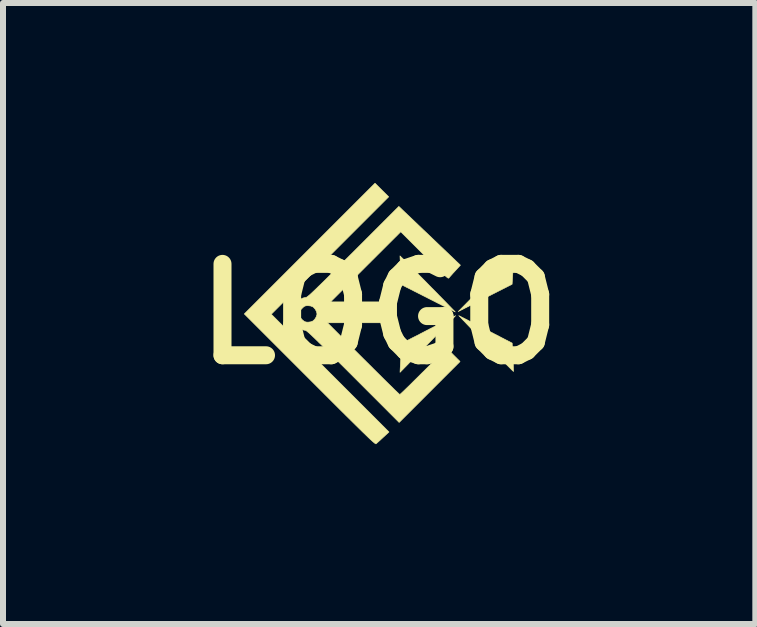
<source format=kicad_pcb>
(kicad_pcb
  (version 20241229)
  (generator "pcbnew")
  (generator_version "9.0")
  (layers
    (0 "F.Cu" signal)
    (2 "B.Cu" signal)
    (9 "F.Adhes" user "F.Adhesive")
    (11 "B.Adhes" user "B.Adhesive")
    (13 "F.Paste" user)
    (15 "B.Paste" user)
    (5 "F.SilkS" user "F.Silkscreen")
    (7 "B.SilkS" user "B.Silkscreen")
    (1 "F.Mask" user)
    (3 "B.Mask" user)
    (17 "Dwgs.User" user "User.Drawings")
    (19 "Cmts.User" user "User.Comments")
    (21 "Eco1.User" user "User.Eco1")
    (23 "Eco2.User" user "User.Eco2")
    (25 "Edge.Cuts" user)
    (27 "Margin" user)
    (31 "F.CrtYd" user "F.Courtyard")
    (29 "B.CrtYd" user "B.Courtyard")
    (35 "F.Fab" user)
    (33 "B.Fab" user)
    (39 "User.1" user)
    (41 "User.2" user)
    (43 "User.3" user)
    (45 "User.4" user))
  (footprint "LOGO"
    (layer "F.Cu")
    (at 3.273 2.185)
    (property "Reference" "LOGO" (at 0 0 0) (layer "F.SilkS") (effects (font (size 1.524 1.524) (thickness 0.3))))
    (attr through_hole)
    (fp_poly (pts (xy 2.24 -0.942) (xy 2.241 -0.937) (xy 2.241 -0.917) (xy 2.24 -0.879) (xy 2.238 -0.828) (xy 2.235 -0.768) (xy 2.231 -0.702) (xy 2.23 -0.7) (xy 2.217 -0.495) (xy 1.767 -0.267) (xy 1.318 -0.039) (xy 1.778 -0.504) (xy 1.872 -0.599) (xy 1.953 -0.68) (xy 2.021 -0.748) (xy 2.077 -0.804) (xy 2.123 -0.85) (xy 2.159 -0.885) (xy 2.187 -0.911) (xy 2.208 -0.929) (xy 2.222 -0.94) (xy 2.232 -0.945) (xy 2.237 -0.946) (xy 2.24 -0.942)) (stroke (width 0.01) (type solid)) (fill yes) (layer "F.SilkS"))
    (fp_poly (pts (xy 1.069 0.239) (xy 1.007 0.302) (xy 0.935 0.376) (xy 0.856 0.457) (xy 0.774 0.54) (xy 0.694 0.621) (xy 0.619 0.697) (xy 0.605 0.712) (xy 0.348 0.974) (xy 0.355 0.828) (xy 0.359 0.764) (xy 0.362 0.697) (xy 0.366 0.635) (xy 0.369 0.587) (xy 0.376 0.492) (xy 0.513 0.42) (xy 0.558 0.397) (xy 0.618 0.367) (xy 0.689 0.33) (xy 0.768 0.289) (xy 0.851 0.246) (xy 0.934 0.204) (xy 0.963 0.189) (xy 1.275 0.029) (xy 1.069 0.239)) (stroke (width 0.01) (type solid)) (fill yes) (layer "F.SilkS"))
    (fp_poly (pts (xy 0.045 -2.066) (xy 0.159 -1.953) (xy -1.799 0.005) (xy -0.818 0.987) (xy 0.164 1.969) (xy 0.064 2.061) (xy 0.025 2.097) (xy -0.01 2.129) (xy -0.037 2.153) (xy -0.052 2.166) (xy -0.053 2.166) (xy -0.057 2.166) (xy -0.064 2.163) (xy -0.075 2.155) (xy -0.091 2.142) (xy -0.112 2.124) (xy -0.14 2.099) (xy -0.174 2.067) (xy -0.215 2.027) (xy -0.265 1.979) (xy -0.323 1.922) (xy -0.391 1.855) (xy -0.47 1.777) (xy -0.559 1.689) (xy -0.66 1.589) (xy -0.773 1.476) (xy -0.899 1.35) (xy -1.038 1.211) (xy -1.16 1.089) (xy -2.249 0) (xy -0.069 -2.18) (xy 0.045 -2.066)) (stroke (width 0.01) (type solid)) (fill yes) (layer "F.SilkS"))
    (fp_poly (pts (xy 1.582 0.158) (xy 1.663 0.2) (xy 1.751 0.245) (xy 1.839 0.291) (xy 1.923 0.334) (xy 1.996 0.371) (xy 2.027 0.388) (xy 2.218 0.487) (xy 2.231 0.722) (xy 2.234 0.79) (xy 2.237 0.85) (xy 2.239 0.9) (xy 2.24 0.937) (xy 2.24 0.957) (xy 2.24 0.96) (xy 2.232 0.953) (xy 2.211 0.933) (xy 2.178 0.9) (xy 2.134 0.856) (xy 2.081 0.803) (xy 2.02 0.741) (xy 1.953 0.673) (xy 1.881 0.599) (xy 1.857 0.574) (xy 1.78 0.496) (xy 1.706 0.42) (xy 1.635 0.347) (xy 1.571 0.281) (xy 1.513 0.222) (xy 1.466 0.173) (xy 1.429 0.134) (xy 1.405 0.109) (xy 1.402 0.107) (xy 1.328 0.028) (xy 1.582 0.158)) (stroke (width 0.01) (type solid)) (fill yes) (layer "F.SilkS"))
    (fp_poly (pts (xy 0.407 -0.91) (xy 0.426 -0.892) (xy 0.456 -0.862) (xy 0.496 -0.821) (xy 0.546 -0.771) (xy 0.602 -0.714) (xy 0.664 -0.651) (xy 0.73 -0.584) (xy 0.798 -0.515) (xy 0.867 -0.444) (xy 0.936 -0.375) (xy 1.002 -0.307) (xy 1.064 -0.244) (xy 1.121 -0.186) (xy 1.171 -0.134) (xy 1.212 -0.092) (xy 1.243 -0.06) (xy 1.263 -0.04) (xy 1.269 -0.033) (xy 1.259 -0.038) (xy 1.232 -0.052) (xy 1.19 -0.073) (xy 1.134 -0.101) (xy 1.067 -0.135) (xy 0.991 -0.173) (xy 0.907 -0.216) (xy 0.82 -0.26) (xy 0.376 -0.485) (xy 0.369 -0.573) (xy 0.366 -0.618) (xy 0.362 -0.676) (xy 0.358 -0.742) (xy 0.355 -0.807) (xy 0.354 -0.815) (xy 0.347 -0.968) (xy 0.407 -0.91)) (stroke (width 0.01) (type solid)) (fill yes) (layer "F.SilkS"))
    (fp_poly (pts (xy 0.378 -1.745) (xy 0.395 -1.729) (xy 0.425 -1.7) (xy 0.468 -1.659) (xy 0.522 -1.608) (xy 0.585 -1.548) (xy 0.655 -1.481) (xy 0.732 -1.407) (xy 0.814 -1.33) (xy 0.892 -1.255) (xy 1.355 -0.813) (xy 1.268 -0.718) (xy 1.232 -0.679) (xy 1.201 -0.644) (xy 1.177 -0.617) (xy 1.165 -0.602) (xy 1.161 -0.598) (xy 1.156 -0.596) (xy 1.147 -0.599) (xy 1.135 -0.607) (xy 1.118 -0.621) (xy 1.094 -0.642) (xy 1.062 -0.671) (xy 1.022 -0.71) (xy 0.971 -0.76) (xy 0.909 -0.822) (xy 0.835 -0.896) (xy 0.755 -0.975) (xy 0.36 -1.37) (xy -0.225 -0.786) (xy -0.81 -0.201) (xy 0.286 -0.201) (xy 0.286 0.148) (xy -0.862 0.148) (xy -0.265 0.746) (xy -0.171 0.839) (xy -0.082 0.928) (xy 0.002 1.011) (xy 0.079 1.088) (xy 0.149 1.157) (xy 0.21 1.216) (xy 0.26 1.266) (xy 0.3 1.304) (xy 0.328 1.33) (xy 0.342 1.343) (xy 0.344 1.344) (xy 0.353 1.337) (xy 0.376 1.316) (xy 0.411 1.283) (xy 0.456 1.239) (xy 0.511 1.186) (xy 0.573 1.124) (xy 0.642 1.056) (xy 0.715 0.983) (xy 0.741 0.958) (xy 1.127 0.571) (xy 1.238 0.683) (xy 1.349 0.794) (xy 0.841 1.302) (xy 0.333 1.81) (xy -0.434 1.042) (xy -0.562 0.914) (xy -0.677 0.8) (xy -0.778 0.699) (xy -0.866 0.612) (xy -0.943 0.536) (xy -1.009 0.472) (xy -1.064 0.418) (xy -1.11 0.374) (xy -1.147 0.339) (xy -1.176 0.313) (xy -1.199 0.294) (xy -1.214 0.282) (xy -1.224 0.276) (xy -1.228 0.275) (xy -1.263 0.268) (xy -1.306 0.249) (xy -1.349 0.223) (xy -1.385 0.193) (xy -1.397 0.18) (xy -1.437 0.113) (xy -1.458 0.042) (xy -1.459 -0.027) (xy -1.323 -0.027) (xy -1.321 0.007) (xy -1.316 0.044) (xy -1.306 0.07) (xy -1.288 0.092) (xy -1.277 0.102) (xy -1.248 0.125) (xy -1.221 0.135) (xy -1.188 0.138) (xy -1.142 0.132) (xy -1.105 0.118) (xy -1.075 0.09) (xy -1.051 0.051) (xy -1.038 0.011) (xy -1.037 0) (xy -1.045 -0.039) (xy -1.067 -0.079) (xy -1.096 -0.111) (xy -1.105 -0.118) (xy -1.144 -0.133) (xy -1.189 -0.138) (xy -1.221 -0.136) (xy -1.245 -0.128) (xy -1.268 -0.11) (xy -1.283 -0.095) (xy -1.307 -0.07) (xy -1.319 -0.05) (xy -1.323 -0.027) (xy -1.459 -0.027) (xy -1.459 -0.032) (xy -1.441 -0.104) (xy -1.403 -0.172) (xy -1.397 -0.18) (xy -1.364 -0.212) (xy -1.32 -0.241) (xy -1.274 -0.264) (xy -1.232 -0.275) (xy -1.223 -0.275) (xy -1.216 -0.276) (xy -1.207 -0.281) (xy -1.195 -0.289) (xy -1.179 -0.302) (xy -1.157 -0.32) (xy -1.13 -0.345) (xy -1.096 -0.377) (xy -1.054 -0.417) (xy -1.004 -0.466) (xy -0.944 -0.524) (xy -0.874 -0.593) (xy -0.793 -0.674) (xy -0.699 -0.767) (xy -0.593 -0.873) (xy -0.473 -0.992) (xy -0.431 -1.034) (xy 0.328 -1.793) (xy 0.378 -1.745)) (stroke (width 0.01) (type solid)) (fill yes) (layer "F.SilkS")))
  (gr_rect
    (start -3 -3)
    (end 9.546 7.356)
    (stroke (width 0.1) (type default))
    (fill no)
    (layer "Edge.Cuts")))
</source>
